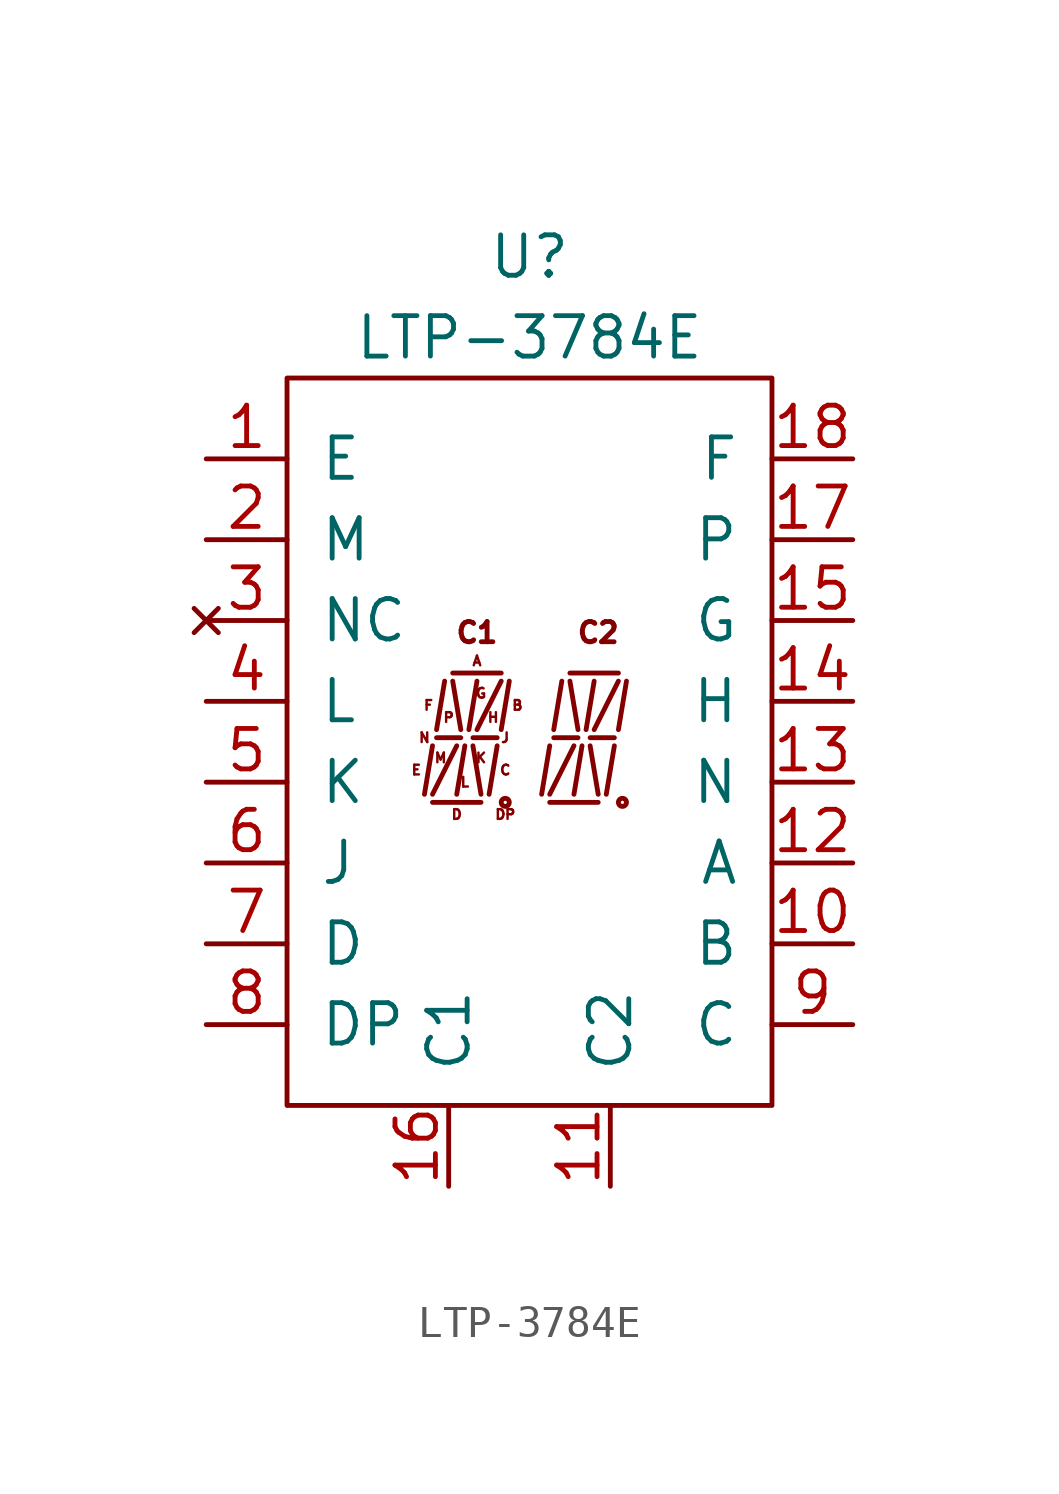
<source format=kicad_sym>
(kicad_symbol_lib
  (version 20211014)
  (generator kicad_symbol_editor)
  (symbol "LTP-3784E"
    (pin_names
      (offset 1.016))
    (property "Reference" "U"
      (at 0 15.24 0)
      (effects (font (size 1.27 1.27))))
    (property "Value" "LTP-3784E"
      (at 0 12.7 0)
      (effects (font (size 1.27 1.27))))
    (symbol "LTP-3784E_0_0"
      (text "A" (at -1.651 2.54 0) (effects (font (size 0.305 0.305))))
      (text "B" (at -0.381 1.143 0) (effects (font (size 0.305 0.305))))
      (text "C" (at -0.762 -0.889 0) (effects (font (size 0.305 0.305))))
      (text "C1" (at -1.651 3.429 0) (effects (font (size 0.635 0.635))))
      (text "C2" (at 2.159 3.429 0) (effects (font (size 0.635 0.635))))
      (text "D" (at -2.286 -2.286 0) (effects (font (size 0.305 0.305))))
      (text "DP" (at -0.762 -2.286 0) (effects (font (size 0.305 0.305))))
      (text "E" (at -3.556 -0.889 0) (effects (font (size 0.305 0.305))))
      (text "F" (at -3.175 1.143 0) (effects (font (size 0.305 0.305))))
      (text "G" (at -1.524 1.524 0) (effects (font (size 0.305 0.305))))
      (text "H" (at -1.143 0.762 0) (effects (font (size 0.305 0.305))))
      (text "J" (at -0.762 0.127 0) (effects (font (size 0.305 0.305))))
      (text "K" (at -1.524 -0.508 0) (effects (font (size 0.305 0.305))))
      (text "L" (at -2.032 -1.27 0) (effects (font (size 0.305 0.305))))
      (text "M" (at -2.794 -0.508 0) (effects (font (size 0.305 0.305))))
      (text "N" (at -3.302 0.127 0) (effects (font (size 0.305 0.305))))
      (text "P" (at -2.54 0.762 0) (effects (font (size 0.305 0.305)))))
    (symbol "LTP-3784E_0_1"
      (rectangle (start -7.62 11.43) (end 7.62 -11.43) (stroke (width 0) (type default) (color 0 0 0 0)) (fill (type none)))
      (circle (center -0.762 -1.905) (radius 0.127) (stroke (width 0) (type default) (color 0 0 0 0)) (fill (type none)))
      (polyline (pts (xy -3.302 -1.651) (xy -3.048 -0.127)) (stroke (width 0) (type default) (color 0 0 0 0)) (fill (type none)))
      (polyline (pts (xy -2.921 0.127) (xy -2.159 0.127)) (stroke (width 0) (type default) (color 0 0 0 0)) (fill (type none)))
      (polyline (pts (xy -2.413 2.159) (xy -0.889 2.159)) (stroke (width 0) (type default) (color 0 0 0 0)) (fill (type none)))
      (polyline (pts (xy -2.286 -0.127) (xy -3.048 -1.651)) (stroke (width 0) (type default) (color 0 0 0 0)) (fill (type none)))
      (polyline (pts (xy -2.159 0.381) (xy -2.413 1.905)) (stroke (width 0) (type default) (color 0 0 0 0)) (fill (type none)))
      (polyline (pts (xy -1.778 -0.127) (xy -1.524 -1.651)) (stroke (width 0) (type default) (color 0 0 0 0)) (fill (type none)))
      (polyline (pts (xy -1.651 0.381) (xy -0.889 1.905)) (stroke (width 0) (type default) (color 0 0 0 0)) (fill (type none)))
      (polyline (pts (xy -1.524 -1.905) (xy -3.048 -1.905)) (stroke (width 0) (type default) (color 0 0 0 0)) (fill (type none)))
      (polyline (pts (xy -1.016 0.127) (xy -1.778 0.127)) (stroke (width 0) (type default) (color 0 0 0 0)) (fill (type none))))
    (symbol "LTP-3784E_1_1"
      (polyline (pts (xy -2.921 0.381) (xy -2.667 1.905)) (stroke (width 0) (type default) (color 0 0 0 0)) (fill (type none)))
      (polyline (pts (xy -2.286 -1.651) (xy -2.032 -0.127)) (stroke (width 0) (type default) (color 0 0 0 0)) (fill (type none)))
      (polyline (pts (xy -1.905 0.381) (xy -1.651 1.905)) (stroke (width 0) (type default) (color 0 0 0 0)) (fill (type none)))
      (polyline (pts (xy -1.27 -1.651) (xy -1.016 -0.127)) (stroke (width 0) (type default) (color 0 0 0 0)) (fill (type none)))
      (polyline (pts (xy -0.889 0.381) (xy -0.635 1.905)) (stroke (width 0) (type default) (color 0 0 0 0)) (fill (type none)))
      (polyline (pts (xy 0.381 -1.651) (xy 0.635 -0.127)) (stroke (width 0) (type default) (color 0 0 0 0)) (fill (type none)))
      (polyline (pts (xy 0.762 0.127) (xy 1.524 0.127)) (stroke (width 0) (type default) (color 0 0 0 0)) (fill (type none)))
      (polyline (pts (xy 0.762 0.381) (xy 1.016 1.905)) (stroke (width 0) (type default) (color 0 0 0 0)) (fill (type none)))
      (polyline (pts (xy 1.27 2.159) (xy 2.794 2.159)) (stroke (width 0) (type default) (color 0 0 0 0)) (fill (type none)))
      (polyline (pts (xy 1.397 -1.651) (xy 1.651 -0.127)) (stroke (width 0) (type default) (color 0 0 0 0)) (fill (type none)))
      (polyline (pts (xy 1.397 -0.127) (xy 0.635 -1.651)) (stroke (width 0) (type default) (color 0 0 0 0)) (fill (type none)))
      (polyline (pts (xy 1.524 0.381) (xy 1.27 1.905)) (stroke (width 0) (type default) (color 0 0 0 0)) (fill (type none)))
      (polyline (pts (xy 1.778 0.381) (xy 2.032 1.905)) (stroke (width 0) (type default) (color 0 0 0 0)) (fill (type none)))
      (polyline (pts (xy 1.905 -0.127) (xy 2.159 -1.651)) (stroke (width 0) (type default) (color 0 0 0 0)) (fill (type none)))
      (polyline (pts (xy 2.032 0.381) (xy 2.794 1.905)) (stroke (width 0) (type default) (color 0 0 0 0)) (fill (type none)))
      (polyline (pts (xy 2.159 -1.905) (xy 0.635 -1.905)) (stroke (width 0) (type default) (color 0 0 0 0)) (fill (type none)))
      (polyline (pts (xy 2.413 -1.651) (xy 2.667 -0.127)) (stroke (width 0) (type default) (color 0 0 0 0)) (fill (type none)))
      (polyline (pts (xy 2.667 0.127) (xy 1.905 0.127)) (stroke (width 0) (type default) (color 0 0 0 0)) (fill (type none)))
      (polyline (pts (xy 2.794 0.381) (xy 3.048 1.905)) (stroke (width 0) (type default) (color 0 0 0 0)) (fill (type none)))
      (circle (center 2.921 -1.905) (radius 0.127) (stroke (width 0) (type default) (color 0 0 0 0)) (fill (type none)))
      (pin input line (at -10.16 8.89 0) (length 2.54) (name "E" (effects (font (size 1.27 1.27)))) (number "1" (effects (font (size 1.27 1.27)))))
      (pin input line (at 10.16 -6.35 180) (length 2.54) (name "B" (effects (font (size 1.27 1.27)))) (number "10" (effects (font (size 1.27 1.27)))))
      (pin passive line (at 2.54 -13.97 90) (length 2.54) (name "C2" (effects (font (size 1.27 1.27)))) (number "11" (effects (font (size 1.27 1.27)))))
      (pin input line (at 10.16 -3.81 180) (length 2.54) (name "A" (effects (font (size 1.27 1.27)))) (number "12" (effects (font (size 1.27 1.27)))))
      (pin input line (at 10.16 -1.27 180) (length 2.54) (name "N" (effects (font (size 1.27 1.27)))) (number "13" (effects (font (size 1.27 1.27)))))
      (pin input line (at 10.16 1.27 180) (length 2.54) (name "H" (effects (font (size 1.27 1.27)))) (number "14" (effects (font (size 1.27 1.27)))))
      (pin input line (at 10.16 3.81 180) (length 2.54) (name "G" (effects (font (size 1.27 1.27)))) (number "15" (effects (font (size 1.27 1.27)))))
      (pin passive line (at -2.54 -13.97 90) (length 2.54) (name "C1" (effects (font (size 1.27 1.27)))) (number "16" (effects (font (size 1.27 1.27)))))
      (pin input line (at 10.16 6.35 180) (length 2.54) (name "P" (effects (font (size 1.27 1.27)))) (number "17" (effects (font (size 1.27 1.27)))))
      (pin input line (at 10.16 8.89 180) (length 2.54) (name "F" (effects (font (size 1.27 1.27)))) (number "18" (effects (font (size 1.27 1.27)))))
      (pin input line (at -10.16 6.35 0) (length 2.54) (name "M" (effects (font (size 1.27 1.27)))) (number "2" (effects (font (size 1.27 1.27)))))
      (pin no_connect line (at -10.16 3.81 0) (length 2.54) (name "NC" (effects (font (size 1.27 1.27)))) (number "3" (effects (font (size 1.27 1.27)))))
      (pin input line (at -10.16 1.27 0) (length 2.54) (name "L" (effects (font (size 1.27 1.27)))) (number "4" (effects (font (size 1.27 1.27)))))
      (pin input line (at -10.16 -1.27 0) (length 2.54) (name "K" (effects (font (size 1.27 1.27)))) (number "5" (effects (font (size 1.27 1.27)))))
      (pin input line (at -10.16 -3.81 0) (length 2.54) (name "J" (effects (font (size 1.27 1.27)))) (number "6" (effects (font (size 1.27 1.27)))))
      (pin input line (at -10.16 -6.35 0) (length 2.54) (name "D" (effects (font (size 1.27 1.27)))) (number "7" (effects (font (size 1.27 1.27)))))
      (pin input line (at -10.16 -8.89 0) (length 2.54) (name "DP" (effects (font (size 1.27 1.27)))) (number "8" (effects (font (size 1.27 1.27)))))
      (pin input line (at 10.16 -8.89 180) (length 2.54) (name "C" (effects (font (size 1.27 1.27)))) (number "9" (effects (font (size 1.27 1.27))))))))
</source>
